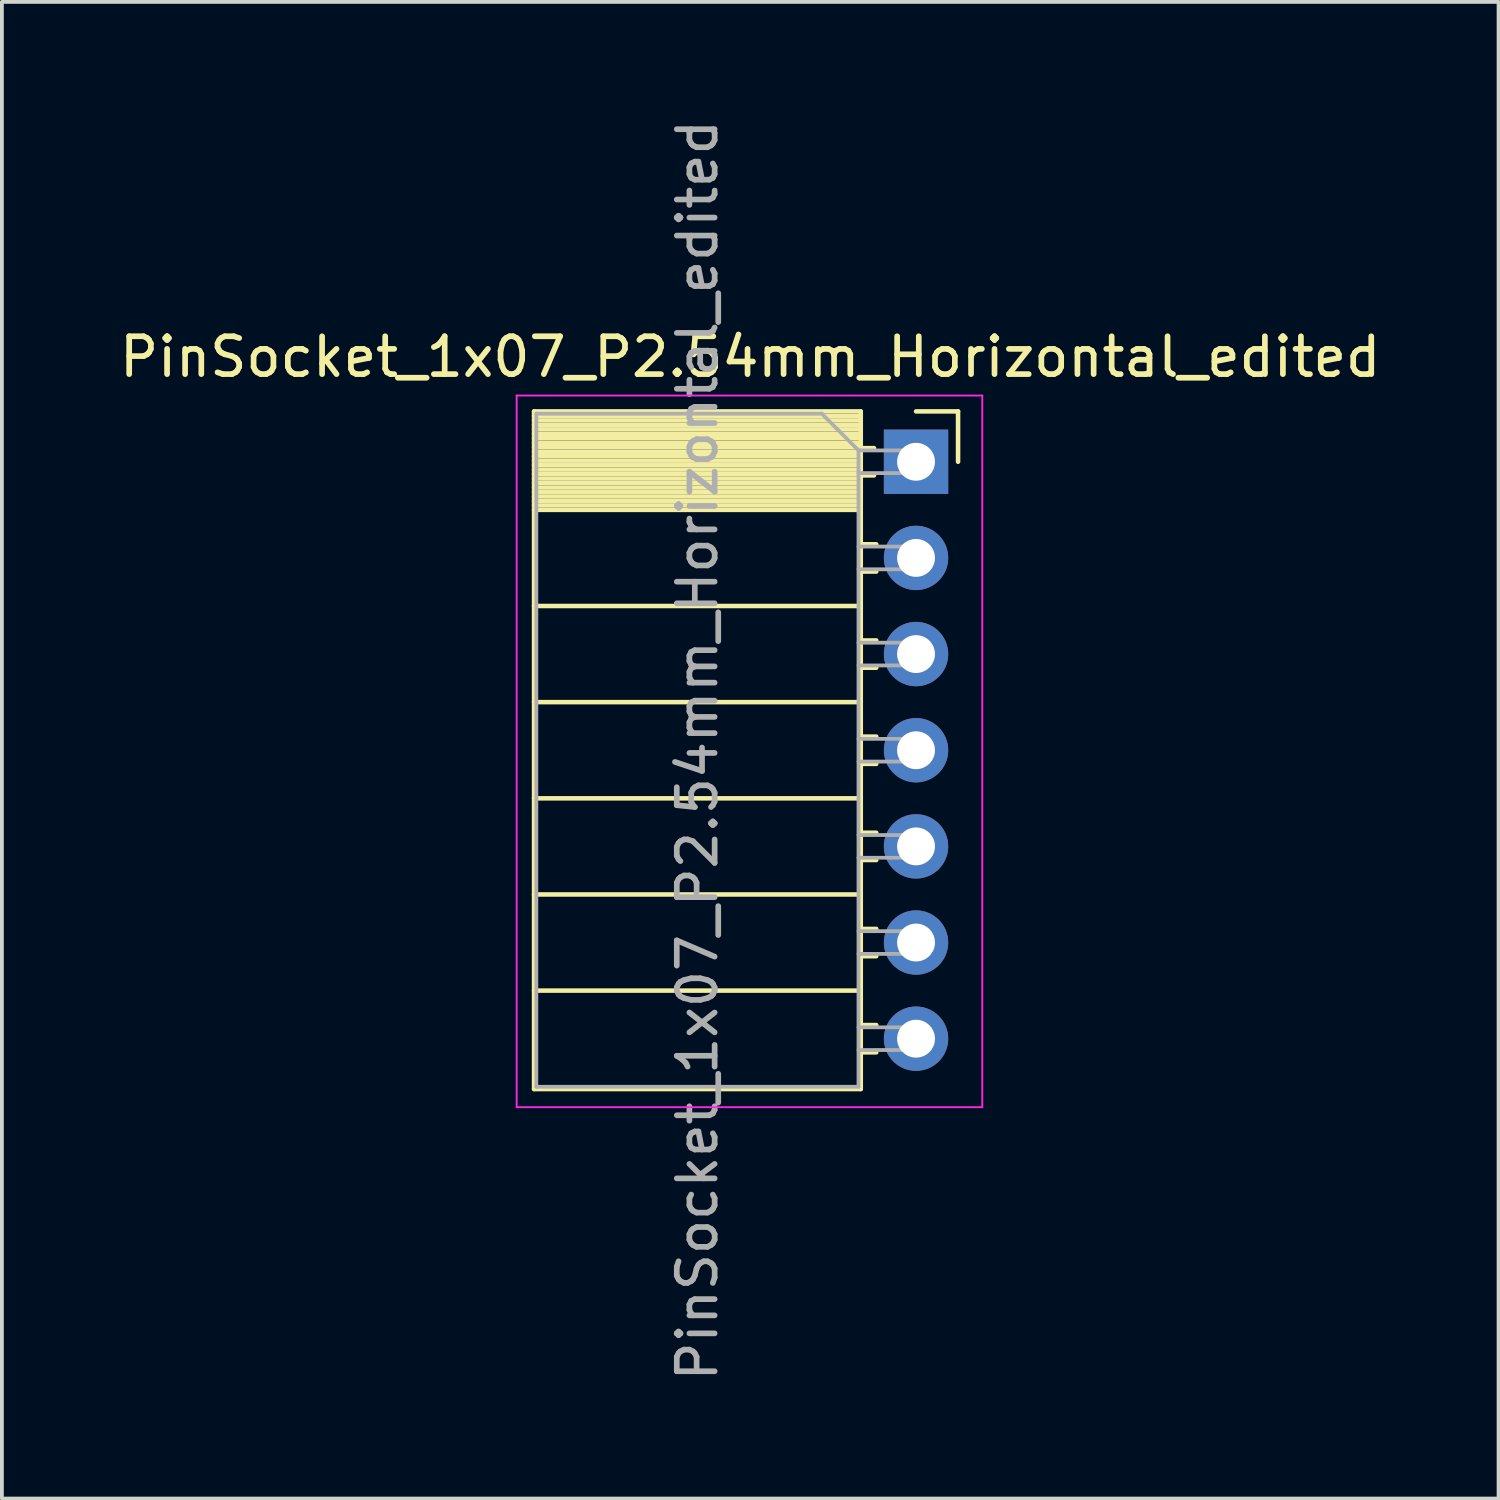
<source format=kicad_pcb>
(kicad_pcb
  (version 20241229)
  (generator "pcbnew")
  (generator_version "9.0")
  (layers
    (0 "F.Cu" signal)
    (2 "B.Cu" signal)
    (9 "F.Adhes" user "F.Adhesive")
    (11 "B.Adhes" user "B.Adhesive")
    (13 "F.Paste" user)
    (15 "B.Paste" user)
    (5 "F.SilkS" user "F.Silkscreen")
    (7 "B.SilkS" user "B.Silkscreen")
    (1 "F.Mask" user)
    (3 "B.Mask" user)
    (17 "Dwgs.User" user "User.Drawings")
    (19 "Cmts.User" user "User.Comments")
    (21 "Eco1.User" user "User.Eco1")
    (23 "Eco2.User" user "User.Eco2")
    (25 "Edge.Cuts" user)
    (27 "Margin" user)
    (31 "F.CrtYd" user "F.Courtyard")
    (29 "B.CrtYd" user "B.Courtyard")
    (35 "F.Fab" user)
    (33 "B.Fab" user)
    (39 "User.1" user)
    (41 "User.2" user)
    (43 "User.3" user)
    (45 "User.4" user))
  (footprint "PinSocket_1x07_P2.54mm_Horizontal_edited"
    (layer "F.Cu")
    (at 21.148 16.768)
    (property "Reference" "PinSocket_1x07_P2.54mm_Horizontal_edited" (at -4.38 -10.39 0) (layer "F.SilkS") (effects (font (size 1 1) (thickness 0.15))))
    (attr through_hole)
    (fp_line (start -10.09 -8.95) (end -10.09 8.95) (stroke (width 0.12) (type solid)) (layer "F.SilkS"))
    (fp_line (start -10.09 -8.95) (end -1.46 -8.95) (stroke (width 0.12) (type solid)) (layer "F.SilkS"))
    (fp_line (start -10.09 -8.83) (end -1.46 -8.83) (stroke (width 0.12) (type solid)) (layer "F.SilkS"))
    (fp_line (start -10.09 -8.712) (end -1.46 -8.712) (stroke (width 0.12) (type solid)) (layer "F.SilkS"))
    (fp_line (start -10.09 -8.594) (end -1.46 -8.594) (stroke (width 0.12) (type solid)) (layer "F.SilkS"))
    (fp_line (start -10.09 -8.476) (end -1.46 -8.476) (stroke (width 0.12) (type solid)) (layer "F.SilkS"))
    (fp_line (start -10.09 -8.358) (end -1.46 -8.358) (stroke (width 0.12) (type solid)) (layer "F.SilkS"))
    (fp_line (start -10.09 -8.24) (end -1.46 -8.24) (stroke (width 0.12) (type solid)) (layer "F.SilkS"))
    (fp_line (start -10.09 -8.121) (end -1.46 -8.121) (stroke (width 0.12) (type solid)) (layer "F.SilkS"))
    (fp_line (start -10.09 -8.003) (end -1.46 -8.003) (stroke (width 0.12) (type solid)) (layer "F.SilkS"))
    (fp_line (start -10.09 -7.885) (end -1.46 -7.885) (stroke (width 0.12) (type solid)) (layer "F.SilkS"))
    (fp_line (start -10.09 -7.767) (end -1.46 -7.767) (stroke (width 0.12) (type solid)) (layer "F.SilkS"))
    (fp_line (start -10.09 -7.649) (end -1.46 -7.649) (stroke (width 0.12) (type solid)) (layer "F.SilkS"))
    (fp_line (start -10.09 -7.531) (end -1.46 -7.531) (stroke (width 0.12) (type solid)) (layer "F.SilkS"))
    (fp_line (start -10.09 -7.413) (end -1.46 -7.413) (stroke (width 0.12) (type solid)) (layer "F.SilkS"))
    (fp_line (start -10.09 -7.295) (end -1.46 -7.295) (stroke (width 0.12) (type solid)) (layer "F.SilkS"))
    (fp_line (start -10.09 -7.177) (end -1.46 -7.177) (stroke (width 0.12) (type solid)) (layer "F.SilkS"))
    (fp_line (start -10.09 -7.059) (end -1.46 -7.059) (stroke (width 0.12) (type solid)) (layer "F.SilkS"))
    (fp_line (start -10.09 -6.94) (end -1.46 -6.94) (stroke (width 0.12) (type solid)) (layer "F.SilkS"))
    (fp_line (start -10.09 -6.822) (end -1.46 -6.822) (stroke (width 0.12) (type solid)) (layer "F.SilkS"))
    (fp_line (start -10.09 -6.704) (end -1.46 -6.704) (stroke (width 0.12) (type solid)) (layer "F.SilkS"))
    (fp_line (start -10.09 -6.586) (end -1.46 -6.586) (stroke (width 0.12) (type solid)) (layer "F.SilkS"))
    (fp_line (start -10.09 -6.468) (end -1.46 -6.468) (stroke (width 0.12) (type solid)) (layer "F.SilkS"))
    (fp_line (start -10.09 -6.35) (end -1.46 -6.35) (stroke (width 0.12) (type solid)) (layer "F.SilkS"))
    (fp_line (start -10.09 -3.81) (end -1.46 -3.81) (stroke (width 0.12) (type solid)) (layer "F.SilkS"))
    (fp_line (start -10.09 -1.27) (end -1.46 -1.27) (stroke (width 0.12) (type solid)) (layer "F.SilkS"))
    (fp_line (start -10.09 1.27) (end -1.46 1.27) (stroke (width 0.12) (type solid)) (layer "F.SilkS"))
    (fp_line (start -10.09 3.81) (end -1.46 3.81) (stroke (width 0.12) (type solid)) (layer "F.SilkS"))
    (fp_line (start -10.09 6.35) (end -1.46 6.35) (stroke (width 0.12) (type solid)) (layer "F.SilkS"))
    (fp_line (start -10.09 8.95) (end -1.46 8.95) (stroke (width 0.12) (type solid)) (layer "F.SilkS"))
    (fp_line (start -1.46 -8.95) (end -1.46 8.95) (stroke (width 0.12) (type solid)) (layer "F.SilkS"))
    (fp_line (start -1.46 -7.98) (end -1.11 -7.98) (stroke (width 0.12) (type solid)) (layer "F.SilkS"))
    (fp_line (start -1.46 -7.26) (end -1.11 -7.26) (stroke (width 0.12) (type solid)) (layer "F.SilkS"))
    (fp_line (start -1.46 -5.44) (end -1.05 -5.44) (stroke (width 0.12) (type solid)) (layer "F.SilkS"))
    (fp_line (start -1.46 -4.72) (end -1.05 -4.72) (stroke (width 0.12) (type solid)) (layer "F.SilkS"))
    (fp_line (start -1.46 -2.9) (end -1.05 -2.9) (stroke (width 0.12) (type solid)) (layer "F.SilkS"))
    (fp_line (start -1.46 -2.18) (end -1.05 -2.18) (stroke (width 0.12) (type solid)) (layer "F.SilkS"))
    (fp_line (start -1.46 -0.36) (end -1.05 -0.36) (stroke (width 0.12) (type solid)) (layer "F.SilkS"))
    (fp_line (start -1.46 0.36) (end -1.05 0.36) (stroke (width 0.12) (type solid)) (layer "F.SilkS"))
    (fp_line (start -1.46 2.18) (end -1.05 2.18) (stroke (width 0.12) (type solid)) (layer "F.SilkS"))
    (fp_line (start -1.46 2.9) (end -1.05 2.9) (stroke (width 0.12) (type solid)) (layer "F.SilkS"))
    (fp_line (start -1.46 4.72) (end -1.05 4.72) (stroke (width 0.12) (type solid)) (layer "F.SilkS"))
    (fp_line (start -1.46 5.44) (end -1.05 5.44) (stroke (width 0.12) (type solid)) (layer "F.SilkS"))
    (fp_line (start -1.46 7.26) (end -1.05 7.26) (stroke (width 0.12) (type solid)) (layer "F.SilkS"))
    (fp_line (start -1.46 7.98) (end -1.05 7.98) (stroke (width 0.12) (type solid)) (layer "F.SilkS"))
    (fp_line (start 0 -8.95) (end 1.11 -8.95) (stroke (width 0.12) (type solid)) (layer "F.SilkS"))
    (fp_line (start 1.11 -8.95) (end 1.11 -7.62) (stroke (width 0.12) (type solid)) (layer "F.SilkS"))
    (fp_line (start -10.55 -9.37) (end -10.55 9.43) (stroke (width 0.05) (type solid)) (layer "F.CrtYd"))
    (fp_line (start -10.55 9.43) (end 1.75 9.43) (stroke (width 0.05) (type solid)) (layer "F.CrtYd"))
    (fp_line (start 1.75 -9.37) (end -10.55 -9.37) (stroke (width 0.05) (type solid)) (layer "F.CrtYd"))
    (fp_line (start 1.75 9.43) (end 1.75 -9.37) (stroke (width 0.05) (type solid)) (layer "F.CrtYd"))
    (fp_line (start -10.03 -8.89) (end -2.49 -8.89) (stroke (width 0.1) (type solid)) (layer "F.Fab"))
    (fp_line (start -10.03 8.89) (end -10.03 -8.89) (stroke (width 0.1) (type solid)) (layer "F.Fab"))
    (fp_line (start -2.49 -8.89) (end -1.52 -7.92) (stroke (width 0.1) (type solid)) (layer "F.Fab"))
    (fp_line (start -1.52 -7.92) (end -1.52 8.89) (stroke (width 0.1) (type solid)) (layer "F.Fab"))
    (fp_line (start -1.52 -7.32) (end 0 -7.32) (stroke (width 0.1) (type solid)) (layer "F.Fab"))
    (fp_line (start -1.52 -4.78) (end 0 -4.78) (stroke (width 0.1) (type solid)) (layer "F.Fab"))
    (fp_line (start -1.52 -2.24) (end 0 -2.24) (stroke (width 0.1) (type solid)) (layer "F.Fab"))
    (fp_line (start -1.52 0.3) (end 0 0.3) (stroke (width 0.1) (type solid)) (layer "F.Fab"))
    (fp_line (start -1.52 2.84) (end 0 2.84) (stroke (width 0.1) (type solid)) (layer "F.Fab"))
    (fp_line (start -1.52 5.38) (end 0 5.38) (stroke (width 0.1) (type solid)) (layer "F.Fab"))
    (fp_line (start -1.52 7.92) (end 0 7.92) (stroke (width 0.1) (type solid)) (layer "F.Fab"))
    (fp_line (start -1.52 8.89) (end -10.03 8.89) (stroke (width 0.1) (type solid)) (layer "F.Fab"))
    (fp_line (start 0 -7.92) (end -1.52 -7.92) (stroke (width 0.1) (type solid)) (layer "F.Fab"))
    (fp_line (start 0 -7.32) (end 0 -7.92) (stroke (width 0.1) (type solid)) (layer "F.Fab"))
    (fp_line (start 0 -5.38) (end -1.52 -5.38) (stroke (width 0.1) (type solid)) (layer "F.Fab"))
    (fp_line (start 0 -4.78) (end 0 -5.38) (stroke (width 0.1) (type solid)) (layer "F.Fab"))
    (fp_line (start 0 -2.84) (end -1.52 -2.84) (stroke (width 0.1) (type solid)) (layer "F.Fab"))
    (fp_line (start 0 -2.24) (end 0 -2.84) (stroke (width 0.1) (type solid)) (layer "F.Fab"))
    (fp_line (start 0 -0.3) (end -1.52 -0.3) (stroke (width 0.1) (type solid)) (layer "F.Fab"))
    (fp_line (start 0 0.3) (end 0 -0.3) (stroke (width 0.1) (type solid)) (layer "F.Fab"))
    (fp_line (start 0 2.24) (end -1.52 2.24) (stroke (width 0.1) (type solid)) (layer "F.Fab"))
    (fp_line (start 0 2.84) (end 0 2.24) (stroke (width 0.1) (type solid)) (layer "F.Fab"))
    (fp_line (start 0 4.78) (end -1.52 4.78) (stroke (width 0.1) (type solid)) (layer "F.Fab"))
    (fp_line (start 0 5.38) (end 0 4.78) (stroke (width 0.1) (type solid)) (layer "F.Fab"))
    (fp_line (start 0 7.32) (end -1.52 7.32) (stroke (width 0.1) (type solid)) (layer "F.Fab"))
    (fp_line (start 0 7.92) (end 0 7.32) (stroke (width 0.1) (type solid)) (layer "F.Fab"))
    (fp_text user "${REFERENCE}" (at -5.775 0 90) (layer "F.Fab") (effects (font (size 1 1) (thickness 0.15))))
    (pad "1" thru_hole rect (at 0 -7.62) (size 1.7 1.7) (drill 1) (layers "*.Cu" "*.Mask"))
    (pad "2" thru_hole circle (at 0 -5.08) (size 1.7 1.7) (drill 1) (layers "*.Cu" "*.Mask"))
    (pad "3" thru_hole circle (at 0 -2.54) (size 1.7 1.7) (drill 1) (layers "*.Cu" "*.Mask"))
    (pad "4" thru_hole circle (at 0 0) (size 1.7 1.7) (drill 1) (layers "*.Cu" "*.Mask"))
    (pad "5" thru_hole circle (at 0 2.54) (size 1.7 1.7) (drill 1) (layers "*.Cu" "*.Mask"))
    (pad "6" thru_hole circle (at 0 5.08) (size 1.7 1.7) (drill 1) (layers "*.Cu" "*.Mask"))
    (pad "7" thru_hole circle (at 0 7.62) (size 1.7 1.7) (drill 1) (layers "*.Cu" "*.Mask")))
  (gr_rect
    (start -3 -3)
    (end 36.536 36.536)
    (stroke (width 0.1) (type default))
    (fill no)
    (layer "Edge.Cuts")))
</source>
